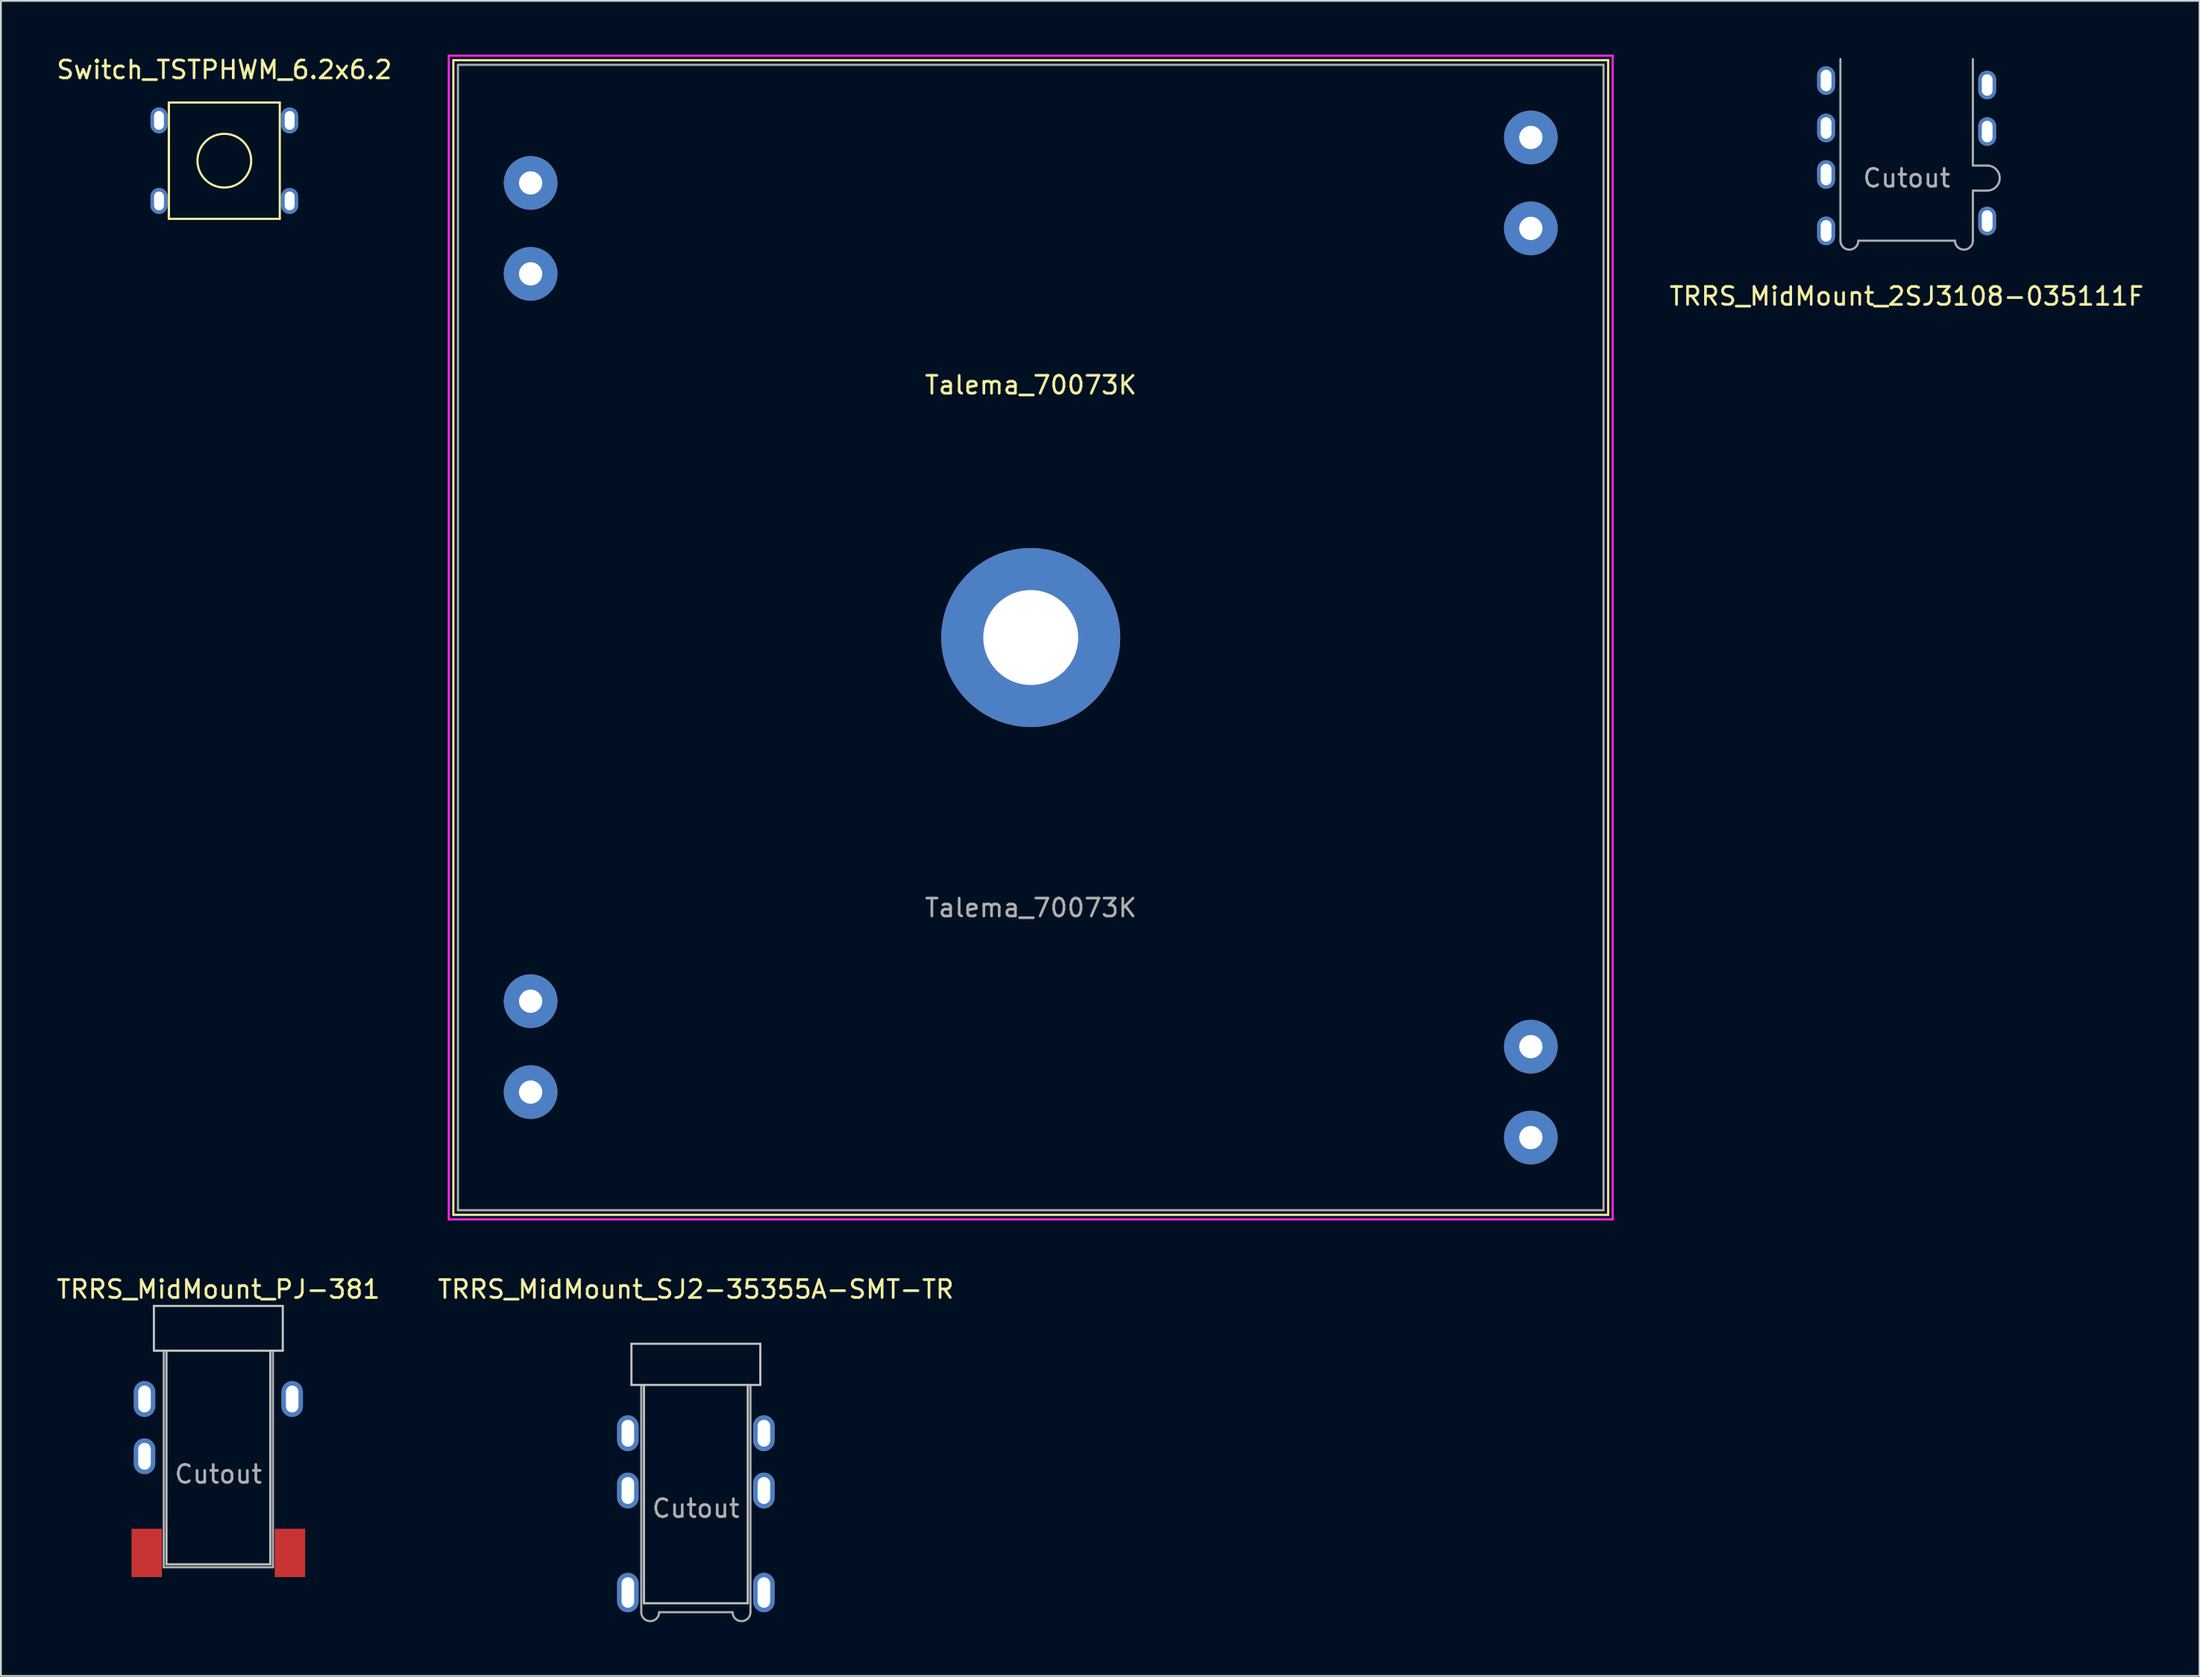
<source format=kicad_pcb>
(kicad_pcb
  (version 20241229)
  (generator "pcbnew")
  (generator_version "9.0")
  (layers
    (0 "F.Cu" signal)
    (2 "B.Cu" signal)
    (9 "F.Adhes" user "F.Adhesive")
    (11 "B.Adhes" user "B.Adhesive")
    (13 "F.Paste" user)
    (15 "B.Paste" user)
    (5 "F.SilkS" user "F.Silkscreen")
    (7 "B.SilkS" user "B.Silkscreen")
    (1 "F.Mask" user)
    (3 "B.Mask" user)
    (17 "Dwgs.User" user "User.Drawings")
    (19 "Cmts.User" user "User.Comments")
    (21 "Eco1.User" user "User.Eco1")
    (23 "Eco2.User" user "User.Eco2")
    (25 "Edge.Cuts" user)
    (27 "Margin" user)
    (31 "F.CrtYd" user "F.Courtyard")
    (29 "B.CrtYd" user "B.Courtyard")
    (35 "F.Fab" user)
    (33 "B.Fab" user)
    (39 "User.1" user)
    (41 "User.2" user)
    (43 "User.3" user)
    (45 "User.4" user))
  (footprint "TRRS_MidMount_SJ2-35355A-SMT-TR"
    (layer "F.Cu")
    (at 35.827 74.334)
    (property "Reference" "TRRS_MidMount_SJ2-35355A-SMT-TR" (at 0 -5.342 0) (layer "F.SilkS") (effects (font (size 1 1) (thickness 0.15))))
    (attr through_hole)
    (fp_line (start -3.6 -2.3) (end 3.6 -2.3) (stroke (width 0.12) (type solid)) (layer "Dwgs.User"))
    (fp_line (start -3.6 0) (end -3.6 -2.3) (stroke (width 0.12) (type solid)) (layer "Dwgs.User"))
    (fp_line (start -3.6 0) (end -2.9 0) (stroke (width 0.12) (type solid)) (layer "Dwgs.User"))
    (fp_line (start -2.9 12.2) (end -2.9 0) (stroke (width 0.12) (type solid)) (layer "Dwgs.User"))
    (fp_line (start 2.9 0) (end -2.9 0) (stroke (width 0.12) (type solid)) (layer "Dwgs.User"))
    (fp_line (start 2.9 0) (end 2.9 12.2) (stroke (width 0.12) (type solid)) (layer "Dwgs.User"))
    (fp_line (start 2.9 0) (end 3.6 0) (stroke (width 0.12) (type solid)) (layer "Dwgs.User"))
    (fp_line (start 2.9 12.2) (end -2.9 12.2) (stroke (width 0.12) (type solid)) (layer "Dwgs.User"))
    (fp_line (start 3.6 0) (end 3.6 -2.3) (stroke (width 0.12) (type solid)) (layer "Dwgs.User"))
    (fp_line (start -3.05 12.7) (end -3.05 0) (stroke (width 0.12) (type solid)) (layer "F.Fab"))
    (fp_line (start 2.05 12.7) (end -2.05 12.7) (stroke (width 0.12) (type solid)) (layer "F.Fab"))
    (fp_line (start 3.05 12.7) (end 3.05 0) (stroke (width 0.12) (type solid)) (layer "F.Fab"))
    (fp_arc (start -2.05 12.7) (mid -2.55 13.2) (end -3.05 12.7) (stroke (width 0.12) (type solid)) (layer "F.Fab"))
    (fp_arc (start 3.05 12.7) (mid 2.55 13.2) (end 2.05 12.7) (stroke (width 0.12) (type solid)) (layer "F.Fab"))
    (fp_text user "Cutout" (at 0 6.9 0) (layer "F.Fab") (effects (font (size 1 1) (thickness 0.15))))
    (pad "1" thru_hole oval (at -3.8 2.7 180) (size 1.2 2) (drill oval 0.7 1.5) (layers "*.Cu" "*.Mask"))
    (pad "1" thru_hole oval (at 3.8 5.9) (size 1.2 2) (drill oval 0.7 1.5) (layers "*.Cu" "*.Mask"))
    (pad "2" thru_hole oval (at -3.8 11.6 180) (size 1.2 2.2) (drill oval 0.7 1.7) (layers "*.Cu" "*.Mask"))
    (pad "2" thru_hole oval (at 3.8 11.6) (size 1.2 2.2) (drill oval 0.7 1.7) (layers "*.Cu" "*.Mask"))
    (pad "3" thru_hole oval (at -3.8 5.9 180) (size 1.2 2) (drill oval 0.7 1.5) (layers "*.Cu" "*.Mask"))
    (pad "4" thru_hole oval (at 3.8 2.7) (size 1.2 2) (drill oval 0.7 1.5) (layers "*.Cu" "*.Mask")))
  (footprint "Switch_TSTPHWM_6.2x6.2"
    (layer "F.Cu")
    (at 9.482 5.928)
    (property "Reference" "Switch_TSTPHWM_6.2x6.2" (at 0 -5.08 0) (layer "F.SilkS") (effects (font (size 1 1) (thickness 0.15))))
    (attr through_hole)
    (fp_line (start -3.1 -3.25) (end -3.1 3.25) (stroke (width 0.12) (type solid)) (layer "F.SilkS"))
    (fp_line (start -3.1 3.25) (end -3.1 -3.25) (stroke (width 0.12) (type solid)) (layer "F.SilkS"))
    (fp_line (start -3.1 3.25) (end 3.1 3.25) (stroke (width 0.12) (type solid)) (layer "F.SilkS"))
    (fp_line (start 3.1 -3.25) (end -3.1 -3.25) (stroke (width 0.12) (type solid)) (layer "F.SilkS"))
    (fp_line (start 3.1 -3.25) (end 3.1 3.25) (stroke (width 0.12) (type solid)) (layer "F.SilkS"))
    (fp_circle (center 0 0) (end 1.5 0) (stroke (width 0.12) (type solid)) (fill no) (layer "F.SilkS"))
    (pad "1" thru_hole oval (at -3.65 -2.25 180) (size 0.95 1.45) (drill oval 0.55 1.05) (layers "*.Cu" "*.Mask"))
    (pad "1" thru_hole oval (at 3.65 -2.25) (size 0.95 1.45) (drill oval 0.55 1.05) (layers "*.Cu" "*.Mask"))
    (pad "2" thru_hole oval (at -3.65 2.25 180) (size 0.95 1.45) (drill oval 0.55 1.05) (layers "*.Cu" "*.Mask"))
    (pad "2" thru_hole oval (at 3.65 2.25) (size 0.95 1.45) (drill oval 0.55 1.05) (layers "*.Cu" "*.Mask")))
  (footprint "TRRS_MidMount_2SJ3108-035111F"
    (layer "F.Cu")
    (at 103.471 0.25)
    (property "Reference" "TRRS_MidMount_2SJ3108-035111F" (at 0 13.254 0) (layer "F.SilkS") (effects (font (size 1 1) (thickness 0.15))))
    (attr through_hole)
    (fp_line (start -3.7 0) (end -3.7 10.15) (stroke (width 0.12) (type solid)) (layer "F.Fab"))
    (fp_line (start -2.7 10.15) (end 2.7 10.15) (stroke (width 0.12) (type solid)) (layer "F.Fab"))
    (fp_line (start 3.7 0) (end 3.7 5.95) (stroke (width 0.12) (type solid)) (layer "F.Fab"))
    (fp_line (start 3.7 7.35) (end 3.7 10.15) (stroke (width 0.12) (type solid)) (layer "F.Fab"))
    (fp_line (start 4.5 5.95) (end 3.7 5.95) (stroke (width 0.12) (type solid)) (layer "F.Fab"))
    (fp_line (start 4.5 7.35) (end 3.7 7.35) (stroke (width 0.12) (type solid)) (layer "F.Fab"))
    (fp_arc (start -2.7 10.15) (mid -3.2 10.65) (end -3.7 10.15) (stroke (width 0.12) (type solid)) (layer "F.Fab"))
    (fp_arc (start 3.7 10.15) (mid 3.2 10.65) (end 2.7 10.15) (stroke (width 0.12) (type solid)) (layer "F.Fab"))
    (fp_arc (start 4.5 5.95) (mid 5.2 6.65) (end 4.5 7.35) (stroke (width 0.12) (type solid)) (layer "F.Fab"))
    (fp_text user "Cutout" (at 0 6.65 0) (layer "F.Fab") (effects (font (size 1 1) (thickness 0.15))))
    (pad "" thru_hole oval (at -4.5 6.45) (size 1 1.6) (drill oval 0.6 1.2) (layers "*.Cu" "*.Mask"))
    (pad "1" thru_hole oval (at 4.5 9.05) (size 1 1.6) (drill oval 0.6 1.2) (layers "*.Cu" "*.Mask"))
    (pad "2" thru_hole oval (at 4.5 4.05) (size 1 1.6) (drill oval 0.6 1.2) (layers "*.Cu" "*.Mask"))
    (pad "3" thru_hole oval (at 4.5 1.45) (size 1 1.6) (drill oval 0.6 1.2) (layers "*.Cu" "*.Mask"))
    (pad "4" thru_hole oval (at -4.5 1.2) (size 1 1.6) (drill oval 0.6 1.2) (layers "*.Cu" "*.Mask"))
    (pad "5" thru_hole oval (at -4.5 9.6) (size 1 1.6) (drill oval 0.6 1.2) (layers "*.Cu" "*.Mask"))
    (pad "6" thru_hole oval (at -4.5 3.85) (size 1 1.6) (drill oval 0.6 1.2) (layers "*.Cu" "*.Mask")))
  (footprint "TRRS_MidMount_PJ-381"
    (layer "F.Cu")
    (at 9.149 72.421)
    (property "Reference" "TRRS_MidMount_PJ-381" (at 0 -3.429 0) (layer "F.SilkS") (effects (font (size 1 1) (thickness 0.15))))
    (attr through_hole)
    (fp_line (start -3.6 -2.5) (end 3.6 -2.5) (stroke (width 0.12) (type solid)) (layer "Dwgs.User"))
    (fp_line (start -3.6 0) (end -3.6 -2.5) (stroke (width 0.12) (type solid)) (layer "Dwgs.User"))
    (fp_line (start -3.6 0) (end -2.9 0) (stroke (width 0.12) (type solid)) (layer "Dwgs.User"))
    (fp_line (start -2.9 11.938) (end -2.9 0) (stroke (width 0.12) (type solid)) (layer "Dwgs.User"))
    (fp_line (start 2.9 0) (end -2.9 0) (stroke (width 0.12) (type solid)) (layer "Dwgs.User"))
    (fp_line (start 2.9 0) (end 2.9 11.938) (stroke (width 0.12) (type solid)) (layer "Dwgs.User"))
    (fp_line (start 2.9 0) (end 3.6 0) (stroke (width 0.12) (type solid)) (layer "Dwgs.User"))
    (fp_line (start 2.9 11.938) (end -2.9 11.938) (stroke (width 0.12) (type solid)) (layer "Dwgs.User"))
    (fp_line (start 3.6 0) (end 3.6 -2.5) (stroke (width 0.12) (type solid)) (layer "Dwgs.User"))
    (fp_line (start -3.05 12.1) (end -3.05 0) (stroke (width 0.12) (type solid)) (layer "F.Fab"))
    (fp_line (start 3.05 12.1) (end -3.05 12.1) (stroke (width 0.12) (type solid)) (layer "F.Fab"))
    (fp_line (start 3.05 12.1) (end 3.05 0) (stroke (width 0.12) (type solid)) (layer "F.Fab"))
    (fp_text user "Cutout" (at 0 6.9 0) (layer "F.Fab") (effects (font (size 1 1) (thickness 0.15))))
    (pad "R1" thru_hole oval (at -4.125 5.9 180) (size 1.2 2) (drill oval 0.7 1.5) (layers "*.Cu" "*.Mask"))
    (pad "R2" thru_hole oval (at 4.125 2.7) (size 1.2 2) (drill oval 0.7 1.5) (layers "*.Cu" "*.Mask"))
    (pad "S" thru_hole oval (at -4.125 2.7 180) (size 1.2 2) (drill oval 0.7 1.5) (layers "*.Cu" "*.Mask"))
    (pad "T" smd rect (at -4 11.3) (size 1.7 2.7) (layers "F.Cu" "F.Mask" "F.Paste"))
    (pad "T" smd rect (at 4 11.3) (size 1.7 2.7) (layers "F.Cu" "F.Mask" "F.Paste")))
  (footprint "Talema_70073K"
    (layer "F.Cu")
    (at 54.536 32.572)
    (property "Reference" "Talema_70073K" (at 0 -14.105 0) (layer "F.SilkS") (effects (font (size 1 1) (thickness 0.15))))
    (attr through_hole)
    (fp_line (start -32.258 -32.258) (end -32.258 32.258) (stroke (width 0.12) (type solid)) (layer "F.SilkS"))
    (fp_line (start -32.258 32.258) (end 32.258 32.258) (stroke (width 0.12) (type solid)) (layer "F.SilkS"))
    (fp_line (start 32.258 -32.258) (end -32.258 -32.258) (stroke (width 0.12) (type solid)) (layer "F.SilkS"))
    (fp_line (start 32.258 32.258) (end 32.258 -32.258) (stroke (width 0.12) (type solid)) (layer "F.SilkS"))
    (fp_line (start -32.512 -32.512) (end -32.512 32.512) (stroke (width 0.12) (type solid)) (layer "F.CrtYd"))
    (fp_line (start -32.512 32.512) (end 32.512 32.512) (stroke (width 0.12) (type solid)) (layer "F.CrtYd"))
    (fp_line (start 32.512 -32.512) (end -32.512 -32.512) (stroke (width 0.12) (type solid)) (layer "F.CrtYd"))
    (fp_line (start 32.512 32.512) (end 32.512 -32.512) (stroke (width 0.12) (type solid)) (layer "F.CrtYd"))
    (fp_line (start -32 -32) (end 32 -32) (stroke (width 0.12) (type solid)) (layer "F.Fab"))
    (fp_line (start -32 32) (end -32 -32) (stroke (width 0.12) (type solid)) (layer "F.Fab"))
    (fp_line (start 32 -32) (end 32 32) (stroke (width 0.12) (type solid)) (layer "F.Fab"))
    (fp_line (start 32 32) (end -32 32) (stroke (width 0.12) (type solid)) (layer "F.Fab"))
    (fp_text user "Talema_70073K" (at 0 15.105 180) (layer "F.Fab") (effects (font (size 1 1) (thickness 0.15))))
    (pad "" thru_hole circle (at 0 0) (size 10 10) (drill 5.3) (layers "*.Cu" "*.Mask"))
    (pad "3" thru_hole circle (at -27.94 25.4) (size 3 3) (drill 1.3) (layers "*.Cu" "*.Mask"))
    (pad "4" thru_hole circle (at -27.94 20.32) (size 3 3) (drill 1.3) (layers "*.Cu" "*.Mask"))
    (pad "5" thru_hole circle (at -27.94 -20.32) (size 3 3) (drill 1.3) (layers "*.Cu" "*.Mask"))
    (pad "6" thru_hole circle (at -27.94 -25.4) (size 3 3) (drill 1.3) (layers "*.Cu" "*.Mask"))
    (pad "11" thru_hole circle (at 27.94 -27.94) (size 3 3) (drill 1.3) (layers "*.Cu" "*.Mask"))
    (pad "12" thru_hole circle (at 27.94 -22.86) (size 3 3) (drill 1.3) (layers "*.Cu" "*.Mask"))
    (pad "13" thru_hole circle (at 27.94 22.86) (size 3 3) (drill 1.3) (layers "*.Cu" "*.Mask"))
    (pad "14" thru_hole circle (at 27.94 27.94) (size 3 3) (drill 1.3) (layers "*.Cu" "*.Mask")))
  (gr_rect
    (start -3 -3)
    (end 119.834 90.594)
    (stroke (width 0.1) (type default))
    (fill no)
    (layer "Edge.Cuts")))
</source>
